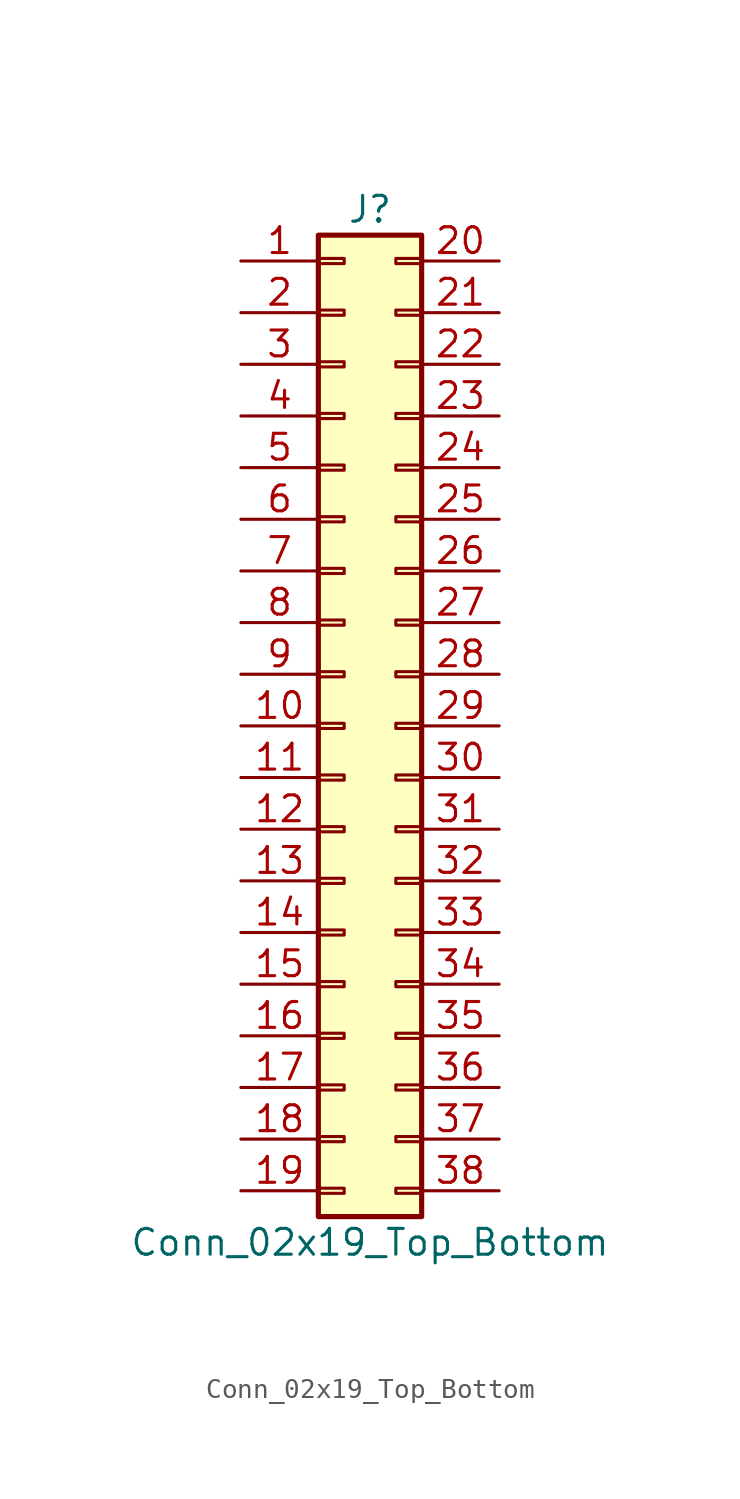
<source format=kicad_sym>
(kicad_symbol_lib
  (version 20211014)
  (generator kicad_symbol_editor)
  (symbol "Conn_02x19_Top_Bottom"
    (pin_names
      (offset 1.016) hide)
    (property "Reference" "J"
      (at 1.27 25.4 0)
      (effects (font (size 1.27 1.27))))
    (property "Value" "Conn_02x19_Top_Bottom"
      (at 1.27 -25.4 0)
      (effects (font (size 1.27 1.27))))
    (symbol "Conn_02x19_Top_Bottom_1_1"
      (rectangle (start -1.27 -22.733) (end 0 -22.987) (stroke (width 0.152) (type default) (color 0 0 0 0)) (fill (type none)))
      (rectangle (start -1.27 -20.193) (end 0 -20.447) (stroke (width 0.152) (type default) (color 0 0 0 0)) (fill (type none)))
      (rectangle (start -1.27 -17.653) (end 0 -17.907) (stroke (width 0.152) (type default) (color 0 0 0 0)) (fill (type none)))
      (rectangle (start -1.27 -15.113) (end 0 -15.367) (stroke (width 0.152) (type default) (color 0 0 0 0)) (fill (type none)))
      (rectangle (start -1.27 -12.573) (end 0 -12.827) (stroke (width 0.152) (type default) (color 0 0 0 0)) (fill (type none)))
      (rectangle (start -1.27 -10.033) (end 0 -10.287) (stroke (width 0.152) (type default) (color 0 0 0 0)) (fill (type none)))
      (rectangle (start -1.27 -7.493) (end 0 -7.747) (stroke (width 0.152) (type default) (color 0 0 0 0)) (fill (type none)))
      (rectangle (start -1.27 -4.953) (end 0 -5.207) (stroke (width 0.152) (type default) (color 0 0 0 0)) (fill (type none)))
      (rectangle (start -1.27 -2.413) (end 0 -2.667) (stroke (width 0.152) (type default) (color 0 0 0 0)) (fill (type none)))
      (rectangle (start -1.27 0.127) (end 0 -0.127) (stroke (width 0.152) (type default) (color 0 0 0 0)) (fill (type none)))
      (rectangle (start -1.27 2.667) (end 0 2.413) (stroke (width 0.152) (type default) (color 0 0 0 0)) (fill (type none)))
      (rectangle (start -1.27 5.207) (end 0 4.953) (stroke (width 0.152) (type default) (color 0 0 0 0)) (fill (type none)))
      (rectangle (start -1.27 7.747) (end 0 7.493) (stroke (width 0.152) (type default) (color 0 0 0 0)) (fill (type none)))
      (rectangle (start -1.27 10.287) (end 0 10.033) (stroke (width 0.152) (type default) (color 0 0 0 0)) (fill (type none)))
      (rectangle (start -1.27 12.827) (end 0 12.573) (stroke (width 0.152) (type default) (color 0 0 0 0)) (fill (type none)))
      (rectangle (start -1.27 15.367) (end 0 15.113) (stroke (width 0.152) (type default) (color 0 0 0 0)) (fill (type none)))
      (rectangle (start -1.27 17.907) (end 0 17.653) (stroke (width 0.152) (type default) (color 0 0 0 0)) (fill (type none)))
      (rectangle (start -1.27 20.447) (end 0 20.193) (stroke (width 0.152) (type default) (color 0 0 0 0)) (fill (type none)))
      (rectangle (start -1.27 22.987) (end 0 22.733) (stroke (width 0.152) (type default) (color 0 0 0 0)) (fill (type none)))
      (rectangle (start -1.27 24.13) (end 3.81 -24.13) (stroke (width 0.254) (type default) (color 0 0 0 0)) (fill (type background)))
      (rectangle (start 3.81 -22.733) (end 2.54 -22.987) (stroke (width 0.152) (type default) (color 0 0 0 0)) (fill (type none)))
      (rectangle (start 3.81 -20.193) (end 2.54 -20.447) (stroke (width 0.152) (type default) (color 0 0 0 0)) (fill (type none)))
      (rectangle (start 3.81 -17.653) (end 2.54 -17.907) (stroke (width 0.152) (type default) (color 0 0 0 0)) (fill (type none)))
      (rectangle (start 3.81 -15.113) (end 2.54 -15.367) (stroke (width 0.152) (type default) (color 0 0 0 0)) (fill (type none)))
      (rectangle (start 3.81 -12.573) (end 2.54 -12.827) (stroke (width 0.152) (type default) (color 0 0 0 0)) (fill (type none)))
      (rectangle (start 3.81 -10.033) (end 2.54 -10.287) (stroke (width 0.152) (type default) (color 0 0 0 0)) (fill (type none)))
      (rectangle (start 3.81 -7.493) (end 2.54 -7.747) (stroke (width 0.152) (type default) (color 0 0 0 0)) (fill (type none)))
      (rectangle (start 3.81 -4.953) (end 2.54 -5.207) (stroke (width 0.152) (type default) (color 0 0 0 0)) (fill (type none)))
      (rectangle (start 3.81 -2.413) (end 2.54 -2.667) (stroke (width 0.152) (type default) (color 0 0 0 0)) (fill (type none)))
      (rectangle (start 3.81 0.127) (end 2.54 -0.127) (stroke (width 0.152) (type default) (color 0 0 0 0)) (fill (type none)))
      (rectangle (start 3.81 2.667) (end 2.54 2.413) (stroke (width 0.152) (type default) (color 0 0 0 0)) (fill (type none)))
      (rectangle (start 3.81 5.207) (end 2.54 4.953) (stroke (width 0.152) (type default) (color 0 0 0 0)) (fill (type none)))
      (rectangle (start 3.81 7.747) (end 2.54 7.493) (stroke (width 0.152) (type default) (color 0 0 0 0)) (fill (type none)))
      (rectangle (start 3.81 10.287) (end 2.54 10.033) (stroke (width 0.152) (type default) (color 0 0 0 0)) (fill (type none)))
      (rectangle (start 3.81 12.827) (end 2.54 12.573) (stroke (width 0.152) (type default) (color 0 0 0 0)) (fill (type none)))
      (rectangle (start 3.81 15.367) (end 2.54 15.113) (stroke (width 0.152) (type default) (color 0 0 0 0)) (fill (type none)))
      (rectangle (start 3.81 17.907) (end 2.54 17.653) (stroke (width 0.152) (type default) (color 0 0 0 0)) (fill (type none)))
      (rectangle (start 3.81 20.447) (end 2.54 20.193) (stroke (width 0.152) (type default) (color 0 0 0 0)) (fill (type none)))
      (rectangle (start 3.81 22.987) (end 2.54 22.733) (stroke (width 0.152) (type default) (color 0 0 0 0)) (fill (type none)))
      (pin passive line (at -5.08 22.86 0) (length 3.81) (name "Pin_1" (effects (font (size 1.27 1.27)))) (number "1" (effects (font (size 1.27 1.27)))))
      (pin passive line (at -5.08 0 0) (length 3.81) (name "Pin_10" (effects (font (size 1.27 1.27)))) (number "10" (effects (font (size 1.27 1.27)))))
      (pin passive line (at -5.08 -2.54 0) (length 3.81) (name "Pin_11" (effects (font (size 1.27 1.27)))) (number "11" (effects (font (size 1.27 1.27)))))
      (pin passive line (at -5.08 -5.08 0) (length 3.81) (name "Pin_12" (effects (font (size 1.27 1.27)))) (number "12" (effects (font (size 1.27 1.27)))))
      (pin passive line (at -5.08 -7.62 0) (length 3.81) (name "Pin_13" (effects (font (size 1.27 1.27)))) (number "13" (effects (font (size 1.27 1.27)))))
      (pin passive line (at -5.08 -10.16 0) (length 3.81) (name "Pin_14" (effects (font (size 1.27 1.27)))) (number "14" (effects (font (size 1.27 1.27)))))
      (pin passive line (at -5.08 -12.7 0) (length 3.81) (name "Pin_15" (effects (font (size 1.27 1.27)))) (number "15" (effects (font (size 1.27 1.27)))))
      (pin passive line (at -5.08 -15.24 0) (length 3.81) (name "Pin_16" (effects (font (size 1.27 1.27)))) (number "16" (effects (font (size 1.27 1.27)))))
      (pin passive line (at -5.08 -17.78 0) (length 3.81) (name "Pin_17" (effects (font (size 1.27 1.27)))) (number "17" (effects (font (size 1.27 1.27)))))
      (pin passive line (at -5.08 -20.32 0) (length 3.81) (name "Pin_18" (effects (font (size 1.27 1.27)))) (number "18" (effects (font (size 1.27 1.27)))))
      (pin passive line (at -5.08 -22.86 0) (length 3.81) (name "Pin_19" (effects (font (size 1.27 1.27)))) (number "19" (effects (font (size 1.27 1.27)))))
      (pin passive line (at -5.08 20.32 0) (length 3.81) (name "Pin_2" (effects (font (size 1.27 1.27)))) (number "2" (effects (font (size 1.27 1.27)))))
      (pin passive line (at 7.62 22.86 180) (length 3.81) (name "Pin_20" (effects (font (size 1.27 1.27)))) (number "20" (effects (font (size 1.27 1.27)))))
      (pin passive line (at 7.62 20.32 180) (length 3.81) (name "Pin_21" (effects (font (size 1.27 1.27)))) (number "21" (effects (font (size 1.27 1.27)))))
      (pin passive line (at 7.62 17.78 180) (length 3.81) (name "Pin_22" (effects (font (size 1.27 1.27)))) (number "22" (effects (font (size 1.27 1.27)))))
      (pin passive line (at 7.62 15.24 180) (length 3.81) (name "Pin_23" (effects (font (size 1.27 1.27)))) (number "23" (effects (font (size 1.27 1.27)))))
      (pin passive line (at 7.62 12.7 180) (length 3.81) (name "Pin_24" (effects (font (size 1.27 1.27)))) (number "24" (effects (font (size 1.27 1.27)))))
      (pin passive line (at 7.62 10.16 180) (length 3.81) (name "Pin_25" (effects (font (size 1.27 1.27)))) (number "25" (effects (font (size 1.27 1.27)))))
      (pin passive line (at 7.62 7.62 180) (length 3.81) (name "Pin_26" (effects (font (size 1.27 1.27)))) (number "26" (effects (font (size 1.27 1.27)))))
      (pin passive line (at 7.62 5.08 180) (length 3.81) (name "Pin_27" (effects (font (size 1.27 1.27)))) (number "27" (effects (font (size 1.27 1.27)))))
      (pin passive line (at 7.62 2.54 180) (length 3.81) (name "Pin_28" (effects (font (size 1.27 1.27)))) (number "28" (effects (font (size 1.27 1.27)))))
      (pin passive line (at 7.62 0 180) (length 3.81) (name "Pin_29" (effects (font (size 1.27 1.27)))) (number "29" (effects (font (size 1.27 1.27)))))
      (pin passive line (at -5.08 17.78 0) (length 3.81) (name "Pin_3" (effects (font (size 1.27 1.27)))) (number "3" (effects (font (size 1.27 1.27)))))
      (pin passive line (at 7.62 -2.54 180) (length 3.81) (name "Pin_30" (effects (font (size 1.27 1.27)))) (number "30" (effects (font (size 1.27 1.27)))))
      (pin passive line (at 7.62 -5.08 180) (length 3.81) (name "Pin_31" (effects (font (size 1.27 1.27)))) (number "31" (effects (font (size 1.27 1.27)))))
      (pin passive line (at 7.62 -7.62 180) (length 3.81) (name "Pin_32" (effects (font (size 1.27 1.27)))) (number "32" (effects (font (size 1.27 1.27)))))
      (pin passive line (at 7.62 -10.16 180) (length 3.81) (name "Pin_33" (effects (font (size 1.27 1.27)))) (number "33" (effects (font (size 1.27 1.27)))))
      (pin passive line (at 7.62 -12.7 180) (length 3.81) (name "Pin_34" (effects (font (size 1.27 1.27)))) (number "34" (effects (font (size 1.27 1.27)))))
      (pin passive line (at 7.62 -15.24 180) (length 3.81) (name "Pin_35" (effects (font (size 1.27 1.27)))) (number "35" (effects (font (size 1.27 1.27)))))
      (pin passive line (at 7.62 -17.78 180) (length 3.81) (name "Pin_36" (effects (font (size 1.27 1.27)))) (number "36" (effects (font (size 1.27 1.27)))))
      (pin passive line (at 7.62 -20.32 180) (length 3.81) (name "Pin_37" (effects (font (size 1.27 1.27)))) (number "37" (effects (font (size 1.27 1.27)))))
      (pin passive line (at 7.62 -22.86 180) (length 3.81) (name "Pin_38" (effects (font (size 1.27 1.27)))) (number "38" (effects (font (size 1.27 1.27)))))
      (pin passive line (at -5.08 15.24 0) (length 3.81) (name "Pin_4" (effects (font (size 1.27 1.27)))) (number "4" (effects (font (size 1.27 1.27)))))
      (pin passive line (at -5.08 12.7 0) (length 3.81) (name "Pin_5" (effects (font (size 1.27 1.27)))) (number "5" (effects (font (size 1.27 1.27)))))
      (pin passive line (at -5.08 10.16 0) (length 3.81) (name "Pin_6" (effects (font (size 1.27 1.27)))) (number "6" (effects (font (size 1.27 1.27)))))
      (pin passive line (at -5.08 7.62 0) (length 3.81) (name "Pin_7" (effects (font (size 1.27 1.27)))) (number "7" (effects (font (size 1.27 1.27)))))
      (pin passive line (at -5.08 5.08 0) (length 3.81) (name "Pin_8" (effects (font (size 1.27 1.27)))) (number "8" (effects (font (size 1.27 1.27)))))
      (pin passive line (at -5.08 2.54 0) (length 3.81) (name "Pin_9" (effects (font (size 1.27 1.27)))) (number "9" (effects (font (size 1.27 1.27))))))))
</source>
